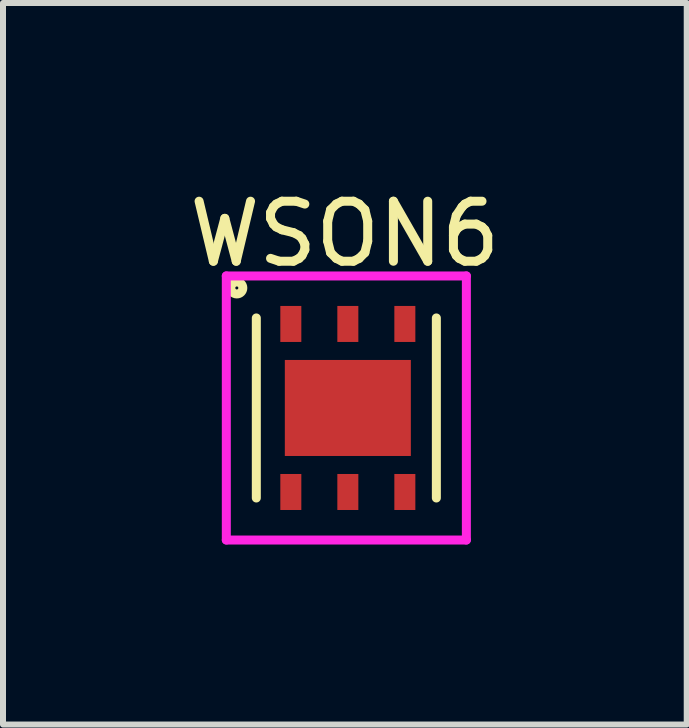
<source format=kicad_pcb>
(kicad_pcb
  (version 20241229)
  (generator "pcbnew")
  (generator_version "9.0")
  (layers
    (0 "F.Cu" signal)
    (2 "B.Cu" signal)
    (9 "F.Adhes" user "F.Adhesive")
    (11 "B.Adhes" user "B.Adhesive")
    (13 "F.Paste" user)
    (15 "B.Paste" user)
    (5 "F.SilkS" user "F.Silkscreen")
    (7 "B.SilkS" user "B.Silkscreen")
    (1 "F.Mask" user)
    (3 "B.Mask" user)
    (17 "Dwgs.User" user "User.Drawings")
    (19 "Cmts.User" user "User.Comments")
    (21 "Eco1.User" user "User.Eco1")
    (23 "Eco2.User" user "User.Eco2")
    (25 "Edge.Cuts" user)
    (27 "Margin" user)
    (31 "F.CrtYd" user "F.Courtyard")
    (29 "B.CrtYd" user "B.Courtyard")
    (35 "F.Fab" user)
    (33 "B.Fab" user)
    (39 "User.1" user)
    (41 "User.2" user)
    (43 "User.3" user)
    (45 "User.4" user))
  (footprint "WSON6"
    (layer "F.Cu")
    (at 2.796 3.748)
    (property "Reference" "WSON6" (at -0.1 -2.9 0) (layer "F.SilkS") (effects (font (size 1 1) (thickness 0.15))))
    (attr through_hole)
    (fp_line (start -1.575 1.5) (end -1.575 -1.5) (stroke (width 0.15) (type solid)) (layer "F.SilkS"))
    (fp_line (start 1.425 -1.5) (end 1.425 1.5) (stroke (width 0.15) (type solid)) (layer "F.SilkS"))
    (fp_circle (center -1.9 -2) (end -1.9 -1.9) (stroke (width 0.15) (type solid)) (fill no) (layer "F.SilkS"))
    (fp_line (start -2.075 -2.2) (end -2.075 2.2) (stroke (width 0.15) (type solid)) (layer "F.CrtYd"))
    (fp_line (start -2.075 -2.2) (end 1.925 -2.2) (stroke (width 0.15) (type solid)) (layer "F.CrtYd"))
    (fp_line (start -2.075 2.2) (end 1.925 2.2) (stroke (width 0.15) (type solid)) (layer "F.CrtYd"))
    (fp_line (start 1.925 2.2) (end 1.925 -2.2) (stroke (width 0.15) (type solid)) (layer "F.CrtYd"))
    (pad "1" smd rect (at -1 -1.4) (size 0.35 0.6) (layers "F.Cu" "F.Mask" "F.Paste"))
    (pad "2" smd rect (at -0.05 -1.4) (size 0.35 0.6) (layers "F.Cu" "F.Mask" "F.Paste"))
    (pad "3" smd rect (at 0.9 -1.4) (size 0.35 0.6) (layers "F.Cu" "F.Mask" "F.Paste"))
    (pad "4" smd rect (at 0.9 1.4) (size 0.35 0.6) (layers "F.Cu" "F.Mask" "F.Paste"))
    (pad "5" smd rect (at -0.05 1.4) (size 0.35 0.6) (layers "F.Cu" "F.Mask" "F.Paste"))
    (pad "6" smd rect (at -1 1.4) (size 0.35 0.6) (layers "F.Cu" "F.Mask" "F.Paste"))
    (pad "7" smd rect (at -0.05 0) (size 2.1 1.6) (layers "F.Cu" "F.Mask" "F.Paste")))
  (gr_rect
    (start -3 -3)
    (end 8.393 9.023)
    (stroke (width 0.1) (type default))
    (fill no)
    (layer "Edge.Cuts")))
</source>
